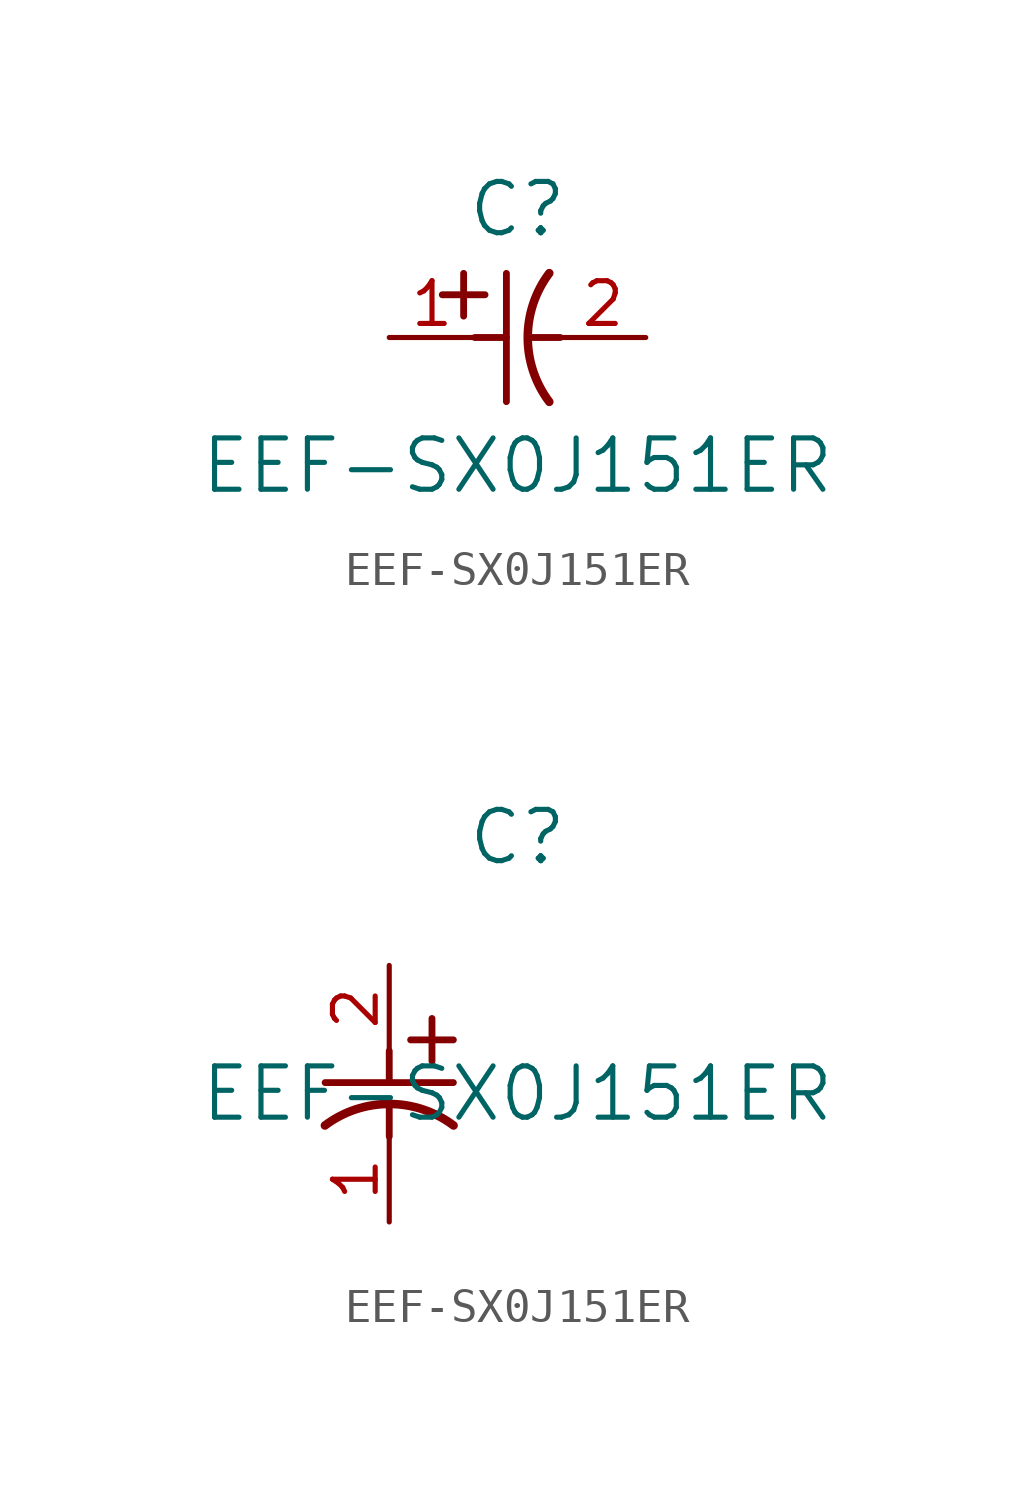
<source format=kicad_sym>
(kicad_symbol_lib
  (version 20211014)
  (generator kicad_symbol_editor)
  (symbol "EEF-SX0J151ER"
    (pin_names
      (offset 0.254))
    (property "Reference" "C"
      (at 3.81 3.81 0)
      (effects (font (size 1.524 1.524))))
    (property "Value" "EEF-SX0J151ER"
      (at 3.81 -3.81 0)
      (effects (font (size 1.524 1.524))))
    (symbol "EEF-SX0J151ER_1_1"
      (polyline (pts (xy 2.21 0.635) (xy 2.21 1.905)) (stroke (width 0.203) (type default) (color 0 0 0 0)) (fill (type none)))
      (arc (start 4.754132 1.910763) (mid 4.1148 0) (end 4.754132 -1.910763) (stroke (width 0.254) (type default) (color 0 0 0 0)) (fill (type none)))
      (polyline (pts (xy 4.115 0) (xy 5.08 0)) (stroke (width 0.203) (type default) (color 0 0 0 0)) (fill (type none)))
      (polyline (pts (xy 3.48 -1.905) (xy 3.48 1.905)) (stroke (width 0.203) (type default) (color 0 0 0 0)) (fill (type none)))
      (polyline (pts (xy 1.575 1.27) (xy 2.845 1.27)) (stroke (width 0.203) (type default) (color 0 0 0 0)) (fill (type none)))
      (polyline (pts (xy 2.54 0) (xy 3.48 0)) (stroke (width 0.203) (type default) (color 0 0 0 0)) (fill (type none)))
      (pin unspecified line (at 0 0 0) (length 2.54) (name "" (effects (font (size 1.27 1.27)))) (number "1" (effects (font (size 1.27 1.27)))))
      (pin unspecified line (at 7.62 0 180) (length 2.54) (name "" (effects (font (size 1.27 1.27)))) (number "2" (effects (font (size 1.27 1.27))))))
    (symbol "EEF-SX0J151ER_1_2"
      (polyline (pts (xy 0 -2.54) (xy 0 -3.48)) (stroke (width 0.203) (type default) (color 0 0 0 0)) (fill (type none)))
      (arc (start 1.910763 -4.754132) (mid 0 -4.1148) (end -1.910763 -4.754132) (stroke (width 0.254) (type default) (color 0 0 0 0)) (fill (type none)))
      (polyline (pts (xy -1.905 -3.48) (xy 1.905 -3.48)) (stroke (width 0.203) (type default) (color 0 0 0 0)) (fill (type none)))
      (polyline (pts (xy 0.635 -2.21) (xy 1.905 -2.21)) (stroke (width 0.203) (type default) (color 0 0 0 0)) (fill (type none)))
      (polyline (pts (xy 1.27 -1.575) (xy 1.27 -2.845)) (stroke (width 0.203) (type default) (color 0 0 0 0)) (fill (type none)))
      (polyline (pts (xy 0 -4.115) (xy 0 -5.08)) (stroke (width 0.203) (type default) (color 0 0 0 0)) (fill (type none)))
      (pin unspecified line (at 0 -7.62 90) (length 2.54) (name "" (effects (font (size 1.27 1.27)))) (number "1" (effects (font (size 1.27 1.27)))))
      (pin unspecified line (at 0 0 270) (length 2.54) (name "" (effects (font (size 1.27 1.27)))) (number "2" (effects (font (size 1.27 1.27))))))))
</source>
